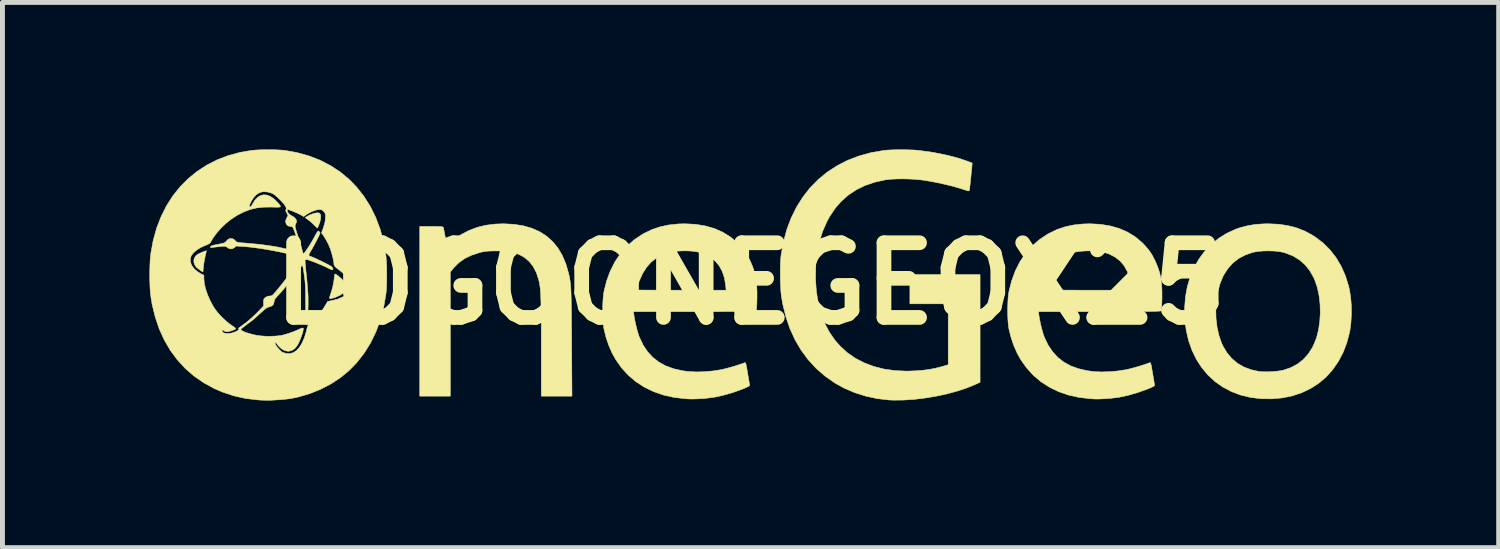
<source format=kicad_pcb>
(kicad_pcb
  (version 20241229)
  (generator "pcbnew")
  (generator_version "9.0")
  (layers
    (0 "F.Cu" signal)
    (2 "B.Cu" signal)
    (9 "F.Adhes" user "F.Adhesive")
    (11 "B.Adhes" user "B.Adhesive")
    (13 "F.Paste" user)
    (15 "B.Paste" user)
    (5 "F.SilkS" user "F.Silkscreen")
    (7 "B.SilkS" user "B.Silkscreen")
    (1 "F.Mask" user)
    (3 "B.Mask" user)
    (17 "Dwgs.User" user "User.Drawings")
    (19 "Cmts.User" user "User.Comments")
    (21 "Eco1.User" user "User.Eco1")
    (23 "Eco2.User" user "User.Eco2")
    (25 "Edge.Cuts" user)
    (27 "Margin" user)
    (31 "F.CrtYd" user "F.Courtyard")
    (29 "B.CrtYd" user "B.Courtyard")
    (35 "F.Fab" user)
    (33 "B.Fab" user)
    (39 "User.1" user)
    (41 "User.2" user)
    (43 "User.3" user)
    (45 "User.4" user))
  (footprint "LOGOONEGEOX25"
    (layer "F.Cu")
    (at 12.266 2.738)
    (property "Reference" "LOGOONEGEOX25" (at 0 0 0) (layer "F.SilkS") (effects (font (size 1.524 1.524) (thickness 0.3))))
    (attr through_hole)
    (fp_poly (pts (xy -8.804 -1.441) (xy -8.784 -1.423) (xy -8.778 -1.412) (xy -8.771 -1.372) (xy -8.775 -1.317) (xy -8.79 -1.254) (xy -8.813 -1.191) (xy -8.816 -1.185) (xy -8.84 -1.134) (xy -8.913 -1.204) (xy -8.957 -1.245) (xy -9.002 -1.283) (xy -9.037 -1.31) (xy -9.088 -1.345) (xy -9.057 -1.368) (xy -9.014 -1.394) (xy -8.957 -1.418) (xy -8.898 -1.437) (xy -8.848 -1.445) (xy -8.839 -1.446) (xy -8.804 -1.441)) (stroke (width 0.01) (type solid)) (fill yes) (layer "F.SilkS"))
    (fp_poly (pts (xy -11.107 -0.658) (xy -11.113 -0.625) (xy -11.124 -0.579) (xy -11.128 -0.563) (xy -11.143 -0.494) (xy -11.156 -0.416) (xy -11.165 -0.348) (xy -11.175 -0.238) (xy -11.235 -0.276) (xy -11.299 -0.325) (xy -11.339 -0.376) (xy -11.36 -0.433) (xy -11.36 -0.437) (xy -11.358 -0.499) (xy -11.333 -0.554) (xy -11.294 -0.592) (xy -11.268 -0.606) (xy -11.23 -0.624) (xy -11.188 -0.643) (xy -11.148 -0.659) (xy -11.118 -0.669) (xy -11.105 -0.671) (xy -11.107 -0.658)) (stroke (width 0.01) (type solid)) (fill yes) (layer "F.SilkS"))
    (fp_poly (pts (xy -8.46 -0.19) (xy -8.429 -0.168) (xy -8.391 -0.137) (xy -8.352 -0.103) (xy -8.319 -0.07) (xy -8.302 -0.049) (xy -8.265 0.018) (xy -8.254 0.08) (xy -8.269 0.137) (xy -8.31 0.189) (xy -8.376 0.236) (xy -8.466 0.276) (xy -8.526 0.296) (xy -8.569 0.304) (xy -8.592 0.301) (xy -8.595 0.294) (xy -8.591 0.277) (xy -8.58 0.242) (xy -8.565 0.197) (xy -8.563 0.191) (xy -8.529 0.077) (xy -8.505 -0.044) (xy -8.495 -0.123) (xy -8.49 -0.164) (xy -8.484 -0.191) (xy -8.48 -0.199) (xy -8.46 -0.19)) (stroke (width 0.01) (type solid)) (fill yes) (layer "F.SilkS"))
    (fp_poly (pts (xy -4.83 -1.211) (xy -4.637 -1.181) (xy -4.461 -1.13) (xy -4.302 -1.059) (xy -4.161 -0.968) (xy -4.037 -0.856) (xy -3.93 -0.725) (xy -3.841 -0.573) (xy -3.769 -0.402) (xy -3.714 -0.21) (xy -3.713 -0.206) (xy -3.703 -0.163) (xy -3.695 -0.123) (xy -3.688 -0.084) (xy -3.682 -0.043) (xy -3.676 0.002) (xy -3.672 0.052) (xy -3.668 0.109) (xy -3.665 0.176) (xy -3.662 0.254) (xy -3.66 0.346) (xy -3.658 0.453) (xy -3.656 0.577) (xy -3.655 0.721) (xy -3.654 0.886) (xy -3.652 1.075) (xy -3.652 1.197) (xy -3.645 2.295) (xy -4.271 2.295) (xy -4.271 1.303) (xy -4.271 1.094) (xy -4.271 0.91) (xy -4.272 0.748) (xy -4.273 0.607) (xy -4.275 0.485) (xy -4.278 0.38) (xy -4.281 0.289) (xy -4.284 0.211) (xy -4.289 0.145) (xy -4.294 0.087) (xy -4.301 0.037) (xy -4.308 -0.008) (xy -4.317 -0.05) (xy -4.326 -0.086) (xy -4.372 -0.226) (xy -4.435 -0.347) (xy -4.514 -0.449) (xy -4.608 -0.53) (xy -4.688 -0.577) (xy -4.761 -0.61) (xy -4.831 -0.634) (xy -4.903 -0.651) (xy -4.983 -0.661) (xy -5.078 -0.666) (xy -5.186 -0.668) (xy -5.273 -0.667) (xy -5.34 -0.665) (xy -5.394 -0.661) (xy -5.442 -0.654) (xy -5.49 -0.644) (xy -5.536 -0.632) (xy -5.695 -0.58) (xy -5.833 -0.513) (xy -5.952 -0.429) (xy -6.054 -0.328) (xy -6.076 -0.301) (xy -6.128 -0.236) (xy -6.128 2.295) (xy -6.751 2.295) (xy -6.751 -1.167) (xy -6.513 -1.167) (xy -6.428 -1.167) (xy -6.366 -1.166) (xy -6.322 -1.164) (xy -6.295 -1.161) (xy -6.279 -1.156) (xy -6.271 -1.149) (xy -6.269 -1.144) (xy -6.264 -1.122) (xy -6.256 -1.081) (xy -6.245 -1.025) (xy -6.233 -0.962) (xy -6.222 -0.9) (xy -6.212 -0.849) (xy -6.204 -0.813) (xy -6.2 -0.798) (xy -6.2 -0.798) (xy -6.189 -0.804) (xy -6.161 -0.823) (xy -6.12 -0.852) (xy -6.073 -0.888) (xy -5.913 -0.998) (xy -5.751 -1.084) (xy -5.583 -1.148) (xy -5.406 -1.192) (xy -5.215 -1.216) (xy -5.04 -1.222) (xy -4.83 -1.211)) (stroke (width 0.01) (type solid)) (fill yes) (layer "F.SilkS"))
    (fp_poly (pts (xy 10.771 -1.213) (xy 10.962 -1.185) (xy 11.14 -1.139) (xy 11.308 -1.073) (xy 11.47 -0.985) (xy 11.526 -0.949) (xy 11.684 -0.828) (xy 11.825 -0.687) (xy 11.948 -0.528) (xy 12.053 -0.351) (xy 12.137 -0.159) (xy 12.202 0.049) (xy 12.222 0.138) (xy 12.245 0.289) (xy 12.258 0.456) (xy 12.259 0.629) (xy 12.249 0.798) (xy 12.229 0.954) (xy 12.222 0.99) (xy 12.165 1.207) (xy 12.088 1.408) (xy 11.991 1.591) (xy 11.876 1.756) (xy 11.744 1.903) (xy 11.595 2.03) (xy 11.43 2.137) (xy 11.251 2.223) (xy 11.058 2.288) (xy 10.852 2.331) (xy 10.633 2.35) (xy 10.405 2.347) (xy 10.193 2.32) (xy 9.992 2.271) (xy 9.804 2.199) (xy 9.631 2.107) (xy 9.472 1.994) (xy 9.33 1.862) (xy 9.204 1.712) (xy 9.096 1.545) (xy 9.007 1.362) (xy 8.937 1.163) (xy 8.888 0.951) (xy 8.861 0.725) (xy 8.861 0.724) (xy 8.856 0.528) (xy 9.492 0.528) (xy 9.497 0.71) (xy 9.518 0.888) (xy 9.556 1.056) (xy 9.609 1.211) (xy 9.635 1.267) (xy 9.717 1.406) (xy 9.815 1.524) (xy 9.93 1.622) (xy 10.061 1.699) (xy 10.209 1.755) (xy 10.366 1.79) (xy 10.442 1.797) (xy 10.535 1.799) (xy 10.636 1.795) (xy 10.735 1.787) (xy 10.823 1.775) (xy 10.87 1.765) (xy 11.021 1.714) (xy 11.156 1.642) (xy 11.274 1.55) (xy 11.377 1.437) (xy 11.463 1.303) (xy 11.488 1.253) (xy 11.546 1.109) (xy 11.587 0.947) (xy 11.613 0.775) (xy 11.624 0.596) (xy 11.619 0.417) (xy 11.599 0.242) (xy 11.563 0.076) (xy 11.511 -0.076) (xy 11.488 -0.126) (xy 11.408 -0.267) (xy 11.312 -0.386) (xy 11.199 -0.485) (xy 11.07 -0.564) (xy 10.922 -0.623) (xy 10.87 -0.639) (xy 10.784 -0.655) (xy 10.681 -0.666) (xy 10.569 -0.669) (xy 10.457 -0.667) (xy 10.351 -0.658) (xy 10.262 -0.642) (xy 10.246 -0.639) (xy 10.093 -0.585) (xy 9.957 -0.513) (xy 9.839 -0.42) (xy 9.738 -0.307) (xy 9.652 -0.173) (xy 9.635 -0.139) (xy 9.575 0.009) (xy 9.531 0.173) (xy 9.503 0.347) (xy 9.492 0.528) (xy 8.856 0.528) (xy 8.856 0.493) (xy 8.873 0.271) (xy 8.911 0.059) (xy 8.971 -0.141) (xy 9.05 -0.329) (xy 9.148 -0.502) (xy 9.264 -0.66) (xy 9.398 -0.801) (xy 9.549 -0.924) (xy 9.716 -1.028) (xy 9.897 -1.111) (xy 9.994 -1.145) (xy 10.148 -1.184) (xy 10.31 -1.21) (xy 10.487 -1.221) (xy 10.564 -1.222) (xy 10.771 -1.213)) (stroke (width 0.01) (type solid)) (fill yes) (layer "F.SilkS"))
    (fp_poly (pts (xy 3.224 -2.731) (xy 3.326 -2.727) (xy 3.413 -2.721) (xy 3.429 -2.719) (xy 3.734 -2.677) (xy 4.027 -2.617) (xy 4.224 -2.565) (xy 4.277 -2.549) (xy 4.335 -2.529) (xy 4.395 -2.509) (xy 4.449 -2.489) (xy 4.492 -2.473) (xy 4.517 -2.462) (xy 4.52 -2.46) (xy 4.52 -2.447) (xy 4.517 -2.412) (xy 4.513 -2.36) (xy 4.507 -2.296) (xy 4.499 -2.224) (xy 4.492 -2.15) (xy 4.484 -2.077) (xy 4.477 -2.011) (xy 4.47 -1.957) (xy 4.465 -1.918) (xy 4.462 -1.9) (xy 4.453 -1.892) (xy 4.429 -1.895) (xy 4.401 -1.904) (xy 4.271 -1.946) (xy 4.123 -1.988) (xy 3.963 -2.027) (xy 3.799 -2.063) (xy 3.638 -2.093) (xy 3.488 -2.116) (xy 3.479 -2.117) (xy 3.366 -2.128) (xy 3.243 -2.135) (xy 3.117 -2.138) (xy 2.993 -2.137) (xy 2.879 -2.132) (xy 2.781 -2.123) (xy 2.745 -2.118) (xy 2.532 -2.07) (xy 2.335 -2.003) (xy 2.157 -1.916) (xy 1.995 -1.809) (xy 1.85 -1.681) (xy 1.721 -1.532) (xy 1.609 -1.363) (xy 1.56 -1.273) (xy 1.468 -1.066) (xy 1.399 -0.844) (xy 1.353 -0.609) (xy 1.329 -0.367) (xy 1.325 -0.099) (xy 1.341 0.152) (xy 1.377 0.387) (xy 1.433 0.604) (xy 1.51 0.806) (xy 1.608 0.991) (xy 1.725 1.159) (xy 1.827 1.275) (xy 1.974 1.409) (xy 2.138 1.523) (xy 2.319 1.616) (xy 2.514 1.69) (xy 2.724 1.743) (xy 2.948 1.774) (xy 3.184 1.785) (xy 3.376 1.778) (xy 3.524 1.766) (xy 3.654 1.748) (xy 3.774 1.725) (xy 3.892 1.695) (xy 3.916 1.688) (xy 4.032 1.654) (xy 4.032 0.411) (xy 3.25 0.411) (xy 3.25 -0.186) (xy 4.682 -0.186) (xy 4.682 2.012) (xy 4.579 2.059) (xy 4.406 2.13) (xy 4.211 2.194) (xy 4.002 2.25) (xy 3.783 2.297) (xy 3.56 2.334) (xy 3.337 2.361) (xy 3.122 2.375) (xy 2.918 2.377) (xy 2.819 2.373) (xy 2.584 2.346) (xy 2.351 2.296) (xy 2.125 2.224) (xy 1.909 2.132) (xy 1.718 2.026) (xy 1.518 1.886) (xy 1.337 1.728) (xy 1.174 1.551) (xy 1.03 1.356) (xy 0.906 1.145) (xy 0.802 0.917) (xy 0.719 0.674) (xy 0.656 0.416) (xy 0.628 0.258) (xy 0.619 0.173) (xy 0.612 0.068) (xy 0.607 -0.049) (xy 0.605 -0.172) (xy 0.605 -0.294) (xy 0.608 -0.409) (xy 0.614 -0.51) (xy 0.622 -0.584) (xy 0.67 -0.852) (xy 0.739 -1.106) (xy 0.829 -1.344) (xy 0.939 -1.566) (xy 1.068 -1.77) (xy 1.215 -1.958) (xy 1.381 -2.126) (xy 1.563 -2.276) (xy 1.763 -2.406) (xy 1.978 -2.516) (xy 2.209 -2.605) (xy 2.454 -2.673) (xy 2.714 -2.718) (xy 2.726 -2.719) (xy 2.8 -2.726) (xy 2.894 -2.73) (xy 3.001 -2.733) (xy 3.113 -2.733) (xy 3.224 -2.731)) (stroke (width 0.01) (type solid)) (fill yes) (layer "F.SilkS"))
    (fp_poly (pts (xy -1.124 -1.211) (xy -0.923 -1.178) (xy -0.738 -1.125) (xy -0.568 -1.05) (xy -0.414 -0.955) (xy -0.276 -0.839) (xy -0.243 -0.806) (xy -0.174 -0.729) (xy -0.119 -0.66) (xy -0.073 -0.589) (xy -0.029 -0.506) (xy -0.007 -0.46) (xy 0.044 -0.341) (xy 0.082 -0.225) (xy 0.108 -0.103) (xy 0.124 0.027) (xy 0.131 0.173) (xy 0.13 0.31) (xy 0.128 0.386) (xy 0.125 0.453) (xy 0.121 0.506) (xy 0.117 0.542) (xy 0.115 0.554) (xy 0.107 0.557) (xy 0.088 0.559) (xy 0.056 0.562) (xy 0.01 0.564) (xy -0.052 0.565) (xy -0.131 0.567) (xy -0.228 0.568) (xy -0.344 0.569) (xy -0.481 0.569) (xy -0.641 0.57) (xy -0.823 0.57) (xy -1.03 0.57) (xy -1.143 0.57) (xy -2.39 0.57) (xy -2.381 0.64) (xy -2.368 0.723) (xy -2.348 0.817) (xy -2.325 0.913) (xy -2.3 1.003) (xy -2.276 1.077) (xy -2.27 1.091) (xy -2.195 1.249) (xy -2.105 1.385) (xy -1.998 1.502) (xy -1.874 1.599) (xy -1.733 1.677) (xy -1.573 1.735) (xy -1.395 1.776) (xy -1.257 1.794) (xy -1.104 1.801) (xy -0.937 1.796) (xy -0.766 1.781) (xy -0.6 1.755) (xy -0.577 1.75) (xy -0.511 1.734) (xy -0.428 1.712) (xy -0.338 1.686) (xy -0.25 1.658) (xy -0.171 1.632) (xy -0.118 1.612) (xy -0.11 1.612) (xy -0.102 1.622) (xy -0.094 1.645) (xy -0.086 1.684) (xy -0.075 1.743) (xy -0.061 1.825) (xy -0.061 1.826) (xy -0.049 1.901) (xy -0.037 1.968) (xy -0.028 2.022) (xy -0.022 2.057) (xy -0.019 2.07) (xy -0.023 2.081) (xy -0.043 2.096) (xy -0.082 2.115) (xy -0.142 2.141) (xy -0.169 2.152) (xy -0.364 2.222) (xy -0.555 2.277) (xy -0.739 2.317) (xy -0.909 2.339) (xy -0.928 2.341) (xy -1.019 2.347) (xy -1.09 2.351) (xy -1.146 2.353) (xy -1.195 2.354) (xy -1.242 2.353) (xy -1.295 2.35) (xy -1.34 2.347) (xy -1.568 2.32) (xy -1.783 2.272) (xy -1.984 2.201) (xy -2.171 2.11) (xy -2.342 1.999) (xy -2.496 1.868) (xy -2.634 1.717) (xy -2.753 1.548) (xy -2.825 1.419) (xy -2.893 1.264) (xy -2.951 1.093) (xy -2.993 0.921) (xy -3.004 0.844) (xy -3.012 0.747) (xy -3.017 0.637) (xy -3.018 0.522) (xy -3.016 0.408) (xy -3.01 0.302) (xy -3.001 0.211) (xy -2.993 0.166) (xy -2.984 0.128) (xy -2.334 0.128) (xy -2.322 0.129) (xy -2.284 0.13) (xy -2.225 0.13) (xy -2.145 0.131) (xy -2.047 0.131) (xy -1.934 0.132) (xy -1.807 0.132) (xy -1.668 0.132) (xy -1.52 0.133) (xy -1.417 0.133) (xy -0.5 0.133) (xy -0.509 0.037) (xy -0.534 -0.115) (xy -0.578 -0.249) (xy -0.641 -0.364) (xy -0.724 -0.462) (xy -0.826 -0.542) (xy -0.948 -0.605) (xy -1.068 -0.644) (xy -1.143 -0.658) (xy -1.236 -0.667) (xy -1.338 -0.67) (xy -1.443 -0.667) (xy -1.543 -0.66) (xy -1.628 -0.647) (xy -1.66 -0.639) (xy -1.8 -0.591) (xy -1.923 -0.524) (xy -2.031 -0.439) (xy -2.124 -0.333) (xy -2.204 -0.206) (xy -2.272 -0.056) (xy -2.297 0.012) (xy -2.313 0.063) (xy -2.326 0.102) (xy -2.334 0.125) (xy -2.334 0.128) (xy -2.984 0.128) (xy -2.939 -0.054) (xy -2.864 -0.257) (xy -2.77 -0.444) (xy -2.657 -0.612) (xy -2.526 -0.763) (xy -2.376 -0.895) (xy -2.209 -1.007) (xy -2.173 -1.027) (xy -2.013 -1.104) (xy -1.847 -1.16) (xy -1.671 -1.198) (xy -1.481 -1.218) (xy -1.34 -1.222) (xy -1.124 -1.211)) (stroke (width 0.01) (type solid)) (fill yes) (layer "F.SilkS"))
    (fp_poly (pts (xy 7.139 -1.211) (xy 7.34 -1.178) (xy 7.525 -1.125) (xy 7.695 -1.05) (xy 7.849 -0.955) (xy 7.987 -0.839) (xy 8.02 -0.806) (xy 8.089 -0.729) (xy 8.144 -0.66) (xy 8.19 -0.589) (xy 8.234 -0.506) (xy 8.257 -0.46) (xy 8.307 -0.341) (xy 8.345 -0.225) (xy 8.372 -0.103) (xy 8.388 0.027) (xy 8.394 0.173) (xy 8.394 0.31) (xy 8.391 0.386) (xy 8.388 0.453) (xy 8.384 0.506) (xy 8.381 0.542) (xy 8.378 0.554) (xy 8.371 0.557) (xy 8.352 0.559) (xy 8.319 0.562) (xy 8.273 0.564) (xy 8.211 0.565) (xy 8.132 0.567) (xy 8.035 0.568) (xy 7.919 0.569) (xy 7.782 0.569) (xy 7.623 0.57) (xy 7.44 0.57) (xy 7.233 0.57) (xy 7.121 0.57) (xy 5.873 0.57) (xy 5.882 0.64) (xy 5.896 0.723) (xy 5.915 0.817) (xy 5.938 0.913) (xy 5.963 1.003) (xy 5.988 1.077) (xy 5.993 1.091) (xy 6.068 1.249) (xy 6.159 1.385) (xy 6.265 1.502) (xy 6.389 1.599) (xy 6.53 1.677) (xy 6.69 1.735) (xy 6.868 1.776) (xy 7.007 1.794) (xy 7.159 1.801) (xy 7.326 1.796) (xy 7.497 1.781) (xy 7.663 1.755) (xy 7.686 1.75) (xy 7.753 1.734) (xy 7.835 1.712) (xy 7.925 1.686) (xy 8.014 1.658) (xy 8.093 1.632) (xy 8.145 1.612) (xy 8.153 1.612) (xy 8.161 1.622) (xy 8.169 1.645) (xy 8.178 1.684) (xy 8.188 1.743) (xy 8.202 1.825) (xy 8.202 1.826) (xy 8.215 1.901) (xy 8.226 1.968) (xy 8.235 2.022) (xy 8.242 2.057) (xy 8.244 2.07) (xy 8.24 2.081) (xy 8.22 2.096) (xy 8.182 2.115) (xy 8.122 2.141) (xy 8.094 2.152) (xy 7.899 2.222) (xy 7.708 2.277) (xy 7.524 2.317) (xy 7.354 2.339) (xy 7.335 2.341) (xy 7.244 2.347) (xy 7.174 2.351) (xy 7.117 2.353) (xy 7.068 2.354) (xy 7.021 2.353) (xy 6.969 2.35) (xy 6.924 2.347) (xy 6.696 2.32) (xy 6.481 2.272) (xy 6.279 2.201) (xy 6.093 2.11) (xy 5.921 1.999) (xy 5.767 1.868) (xy 5.63 1.717) (xy 5.51 1.548) (xy 5.439 1.419) (xy 5.37 1.264) (xy 5.313 1.093) (xy 5.27 0.921) (xy 5.259 0.844) (xy 5.251 0.747) (xy 5.246 0.637) (xy 5.245 0.522) (xy 5.248 0.408) (xy 5.253 0.302) (xy 5.263 0.211) (xy 5.27 0.166) (xy 5.279 0.128) (xy 5.929 0.128) (xy 5.942 0.129) (xy 5.979 0.13) (xy 6.039 0.13) (xy 6.118 0.131) (xy 6.216 0.131) (xy 6.329 0.132) (xy 6.457 0.132) (xy 6.596 0.132) (xy 6.744 0.133) (xy 6.846 0.133) (xy 7.763 0.133) (xy 7.754 0.037) (xy 7.73 -0.115) (xy 7.686 -0.249) (xy 7.623 -0.364) (xy 7.54 -0.462) (xy 7.437 -0.542) (xy 7.315 -0.605) (xy 7.196 -0.644) (xy 7.121 -0.658) (xy 7.028 -0.667) (xy 6.925 -0.67) (xy 6.82 -0.667) (xy 6.721 -0.66) (xy 6.635 -0.647) (xy 6.603 -0.639) (xy 6.463 -0.591) (xy 6.34 -0.524) (xy 6.232 -0.439) (xy 6.139 -0.333) (xy 6.059 -0.206) (xy 5.991 -0.056) (xy 5.967 0.012) (xy 5.95 0.063) (xy 5.937 0.102) (xy 5.93 0.125) (xy 5.929 0.128) (xy 5.279 0.128) (xy 5.325 -0.054) (xy 5.399 -0.257) (xy 5.493 -0.444) (xy 5.606 -0.612) (xy 5.737 -0.763) (xy 5.887 -0.895) (xy 6.054 -1.007) (xy 6.09 -1.027) (xy 6.25 -1.104) (xy 6.416 -1.16) (xy 6.592 -1.198) (xy 6.782 -1.218) (xy 6.924 -1.222) (xy 7.139 -1.211)) (stroke (width 0.01) (type solid)) (fill yes) (layer "F.SilkS"))
    (fp_poly (pts (xy -9.694 -2.732) (xy -9.6 -2.727) (xy -9.523 -2.721) (xy -9.509 -2.72) (xy -9.254 -2.674) (xy -9.012 -2.607) (xy -8.783 -2.518) (xy -8.569 -2.407) (xy -8.371 -2.277) (xy -8.189 -2.126) (xy -8.041 -1.973) (xy -7.89 -1.782) (xy -7.759 -1.574) (xy -7.649 -1.351) (xy -7.559 -1.111) (xy -7.491 -0.858) (xy -7.444 -0.591) (xy -7.439 -0.55) (xy -7.433 -0.475) (xy -7.428 -0.381) (xy -7.425 -0.275) (xy -7.425 -0.162) (xy -7.426 -0.051) (xy -7.429 0.052) (xy -7.434 0.142) (xy -7.44 0.206) (xy -7.487 0.479) (xy -7.554 0.737) (xy -7.643 0.978) (xy -7.752 1.204) (xy -7.883 1.415) (xy -8.035 1.61) (xy -8.043 1.619) (xy -8.199 1.778) (xy -8.374 1.921) (xy -8.567 2.047) (xy -8.774 2.155) (xy -8.993 2.243) (xy -9.22 2.31) (xy -9.325 2.333) (xy -9.38 2.343) (xy -9.434 2.351) (xy -9.491 2.358) (xy -9.557 2.364) (xy -9.637 2.37) (xy -9.735 2.376) (xy -9.795 2.379) (xy -9.841 2.38) (xy -9.904 2.379) (xy -9.976 2.377) (xy -10.043 2.373) (xy -10.297 2.344) (xy -10.544 2.289) (xy -10.783 2.21) (xy -10.95 2.137) (xy -11.165 2.019) (xy -11.361 1.882) (xy -11.54 1.726) (xy -11.7 1.551) (xy -11.842 1.359) (xy -11.964 1.149) (xy -12.067 0.923) (xy -12.149 0.68) (xy -12.212 0.423) (xy -12.237 0.271) (xy -12.249 0.171) (xy -12.256 0.052) (xy -12.26 -0.079) (xy -12.261 -0.216) (xy -12.258 -0.351) (xy -12.252 -0.477) (xy -12.25 -0.504) (xy -11.434 -0.504) (xy -11.429 -0.436) (xy -11.402 -0.368) (xy -11.354 -0.304) (xy -11.287 -0.245) (xy -11.221 -0.205) (xy -11.155 -0.172) (xy -11.155 -0.096) (xy -11.146 0.001) (xy -11.12 0.111) (xy -11.08 0.228) (xy -11.027 0.347) (xy -10.965 0.463) (xy -10.928 0.519) (xy -10.866 0.601) (xy -10.787 0.686) (xy -10.701 0.766) (xy -10.617 0.833) (xy -10.594 0.848) (xy -10.553 0.877) (xy -10.521 0.9) (xy -10.506 0.914) (xy -10.505 0.916) (xy -10.516 0.928) (xy -10.546 0.943) (xy -10.586 0.959) (xy -10.629 0.972) (xy -10.667 0.98) (xy -10.682 0.982) (xy -10.719 0.976) (xy -10.747 0.963) (xy -10.748 0.962) (xy -10.771 0.944) (xy -10.782 0.948) (xy -10.783 0.961) (xy -10.772 0.99) (xy -10.74 1.009) (xy -10.694 1.018) (xy -10.637 1.016) (xy -10.575 1.004) (xy -10.511 0.981) (xy -10.5 0.975) (xy -10.458 0.951) (xy -10.439 0.935) (xy -10.44 0.933) (xy -10.4 0.933) (xy -10.398 0.943) (xy -10.387 0.954) (xy -10.384 0.956) (xy -10.348 0.976) (xy -10.292 0.998) (xy -10.222 1.02) (xy -10.143 1.04) (xy -10.076 1.055) (xy -9.989 1.066) (xy -9.886 1.073) (xy -9.778 1.073) (xy -9.675 1.068) (xy -9.586 1.058) (xy -9.573 1.056) (xy -9.508 1.04) (xy -9.428 1.015) (xy -9.344 0.986) (xy -9.266 0.955) (xy -9.203 0.926) (xy -9.198 0.923) (xy -9.156 0.905) (xy -9.132 0.906) (xy -9.125 0.92) (xy -9.131 0.956) (xy -9.145 1.009) (xy -9.165 1.071) (xy -9.189 1.135) (xy -9.215 1.195) (xy -9.238 1.242) (xy -9.24 1.246) (xy -9.291 1.314) (xy -9.347 1.357) (xy -9.411 1.377) (xy -9.441 1.379) (xy -9.502 1.367) (xy -9.565 1.334) (xy -9.624 1.283) (xy -9.674 1.218) (xy -9.678 1.212) (xy -9.693 1.195) (xy -9.702 1.199) (xy -9.702 1.221) (xy -9.697 1.238) (xy -9.677 1.272) (xy -9.645 1.314) (xy -9.607 1.355) (xy -9.571 1.387) (xy -9.558 1.396) (xy -9.48 1.424) (xy -9.401 1.427) (xy -9.331 1.408) (xy -9.266 1.364) (xy -9.205 1.297) (xy -9.151 1.208) (xy -9.104 1.099) (xy -9.066 0.973) (xy -9.061 0.952) (xy -9.048 0.897) (xy -9.035 0.859) (xy -9.019 0.829) (xy -8.993 0.8) (xy -8.954 0.763) (xy -8.944 0.753) (xy -8.872 0.686) (xy -8.817 0.631) (xy -8.773 0.583) (xy -8.737 0.536) (xy -8.704 0.486) (xy -8.689 0.461) (xy -8.63 0.362) (xy -8.546 0.346) (xy -8.431 0.317) (xy -8.334 0.277) (xy -8.257 0.226) (xy -8.202 0.166) (xy -8.189 0.144) (xy -8.173 0.088) (xy -8.173 0.022) (xy -8.19 -0.043) (xy -8.197 -0.059) (xy -8.234 -0.123) (xy -8.284 -0.183) (xy -8.351 -0.244) (xy -8.403 -0.285) (xy -8.45 -0.321) (xy -8.479 -0.348) (xy -8.495 -0.369) (xy -8.501 -0.389) (xy -8.502 -0.403) (xy -8.506 -0.443) (xy -8.517 -0.501) (xy -8.534 -0.569) (xy -8.553 -0.64) (xy -8.575 -0.707) (xy -8.583 -0.73) (xy -8.618 -0.81) (xy -8.662 -0.894) (xy -8.709 -0.971) (xy -8.724 -0.993) (xy -8.757 -1.037) (xy -8.72 -1.132) (xy -8.685 -1.255) (xy -8.677 -1.327) (xy -8.675 -1.379) (xy -8.677 -1.413) (xy -8.684 -1.437) (xy -8.699 -1.46) (xy -8.707 -1.469) (xy -8.734 -1.497) (xy -8.762 -1.509) (xy -8.803 -1.512) (xy -8.805 -1.512) (xy -8.854 -1.505) (xy -8.916 -1.485) (xy -8.982 -1.457) (xy -9.044 -1.423) (xy -9.086 -1.394) (xy -9.119 -1.368) (xy -9.186 -1.407) (xy -9.227 -1.428) (xy -9.278 -1.451) (xy -9.332 -1.474) (xy -9.383 -1.494) (xy -9.423 -1.508) (xy -9.444 -1.512) (xy -9.456 -1.502) (xy -9.454 -1.479) (xy -9.438 -1.447) (xy -9.43 -1.436) (xy -9.4 -1.408) (xy -9.36 -1.382) (xy -9.351 -1.378) (xy -9.308 -1.35) (xy -9.278 -1.314) (xy -9.265 -1.284) (xy -9.265 -1.26) (xy -9.278 -1.228) (xy -9.279 -1.227) (xy -9.288 -1.207) (xy -9.293 -1.19) (xy -9.294 -1.17) (xy -9.29 -1.144) (xy -9.281 -1.108) (xy -9.265 -1.056) (xy -9.242 -0.986) (xy -9.227 -0.942) (xy -9.203 -0.869) (xy -9.182 -0.799) (xy -9.164 -0.737) (xy -9.153 -0.691) (xy -9.152 -0.686) (xy -9.141 -0.642) (xy -9.129 -0.617) (xy -9.122 -0.614) (xy -9.105 -0.628) (xy -9.079 -0.661) (xy -9.045 -0.71) (xy -9.007 -0.77) (xy -8.965 -0.837) (xy -8.925 -0.908) (xy -8.9 -0.952) (xy -8.869 -1.01) (xy -8.847 -1.047) (xy -8.832 -1.067) (xy -8.821 -1.074) (xy -8.811 -1.07) (xy -8.803 -1.063) (xy -8.79 -1.048) (xy -8.786 -1.033) (xy -8.793 -1.01) (xy -8.811 -0.972) (xy -8.813 -0.967) (xy -8.837 -0.92) (xy -8.859 -0.876) (xy -8.87 -0.856) (xy -8.89 -0.817) (xy -8.914 -0.773) (xy -8.919 -0.763) (xy -8.944 -0.718) (xy -8.974 -0.668) (xy -8.984 -0.652) (xy -9.008 -0.606) (xy -9.012 -0.575) (xy -8.997 -0.559) (xy -8.983 -0.557) (xy -8.964 -0.551) (xy -8.926 -0.536) (xy -8.872 -0.512) (xy -8.808 -0.482) (xy -8.746 -0.452) (xy -8.668 -0.413) (xy -8.611 -0.383) (xy -8.571 -0.36) (xy -8.546 -0.343) (xy -8.532 -0.328) (xy -8.526 -0.314) (xy -8.525 -0.313) (xy -8.523 -0.291) (xy -8.529 -0.282) (xy -8.547 -0.284) (xy -8.582 -0.299) (xy -8.622 -0.318) (xy -8.677 -0.345) (xy -8.743 -0.375) (xy -8.813 -0.404) (xy -8.883 -0.433) (xy -8.947 -0.457) (xy -9.001 -0.477) (xy -9.039 -0.488) (xy -9.053 -0.491) (xy -9.08 -0.487) (xy -9.09 -0.481) (xy -9.091 -0.465) (xy -9.089 -0.427) (xy -9.084 -0.372) (xy -9.078 -0.303) (xy -9.07 -0.225) (xy -9.06 -0.133) (xy -9.051 -0.036) (xy -9.043 0.057) (xy -9.037 0.138) (xy -9.034 0.179) (xy -9.03 0.251) (xy -9.029 0.329) (xy -9.029 0.409) (xy -9.03 0.487) (xy -9.033 0.558) (xy -9.036 0.617) (xy -9.041 0.66) (xy -9.046 0.683) (xy -9.048 0.684) (xy -9.054 0.7) (xy -9.058 0.734) (xy -9.059 0.763) (xy -9.061 0.804) (xy -9.065 0.832) (xy -9.069 0.84) (xy -9.072 0.829) (xy -9.074 0.795) (xy -9.076 0.74) (xy -9.077 0.668) (xy -9.079 0.582) (xy -9.079 0.485) (xy -9.079 0.44) (xy -9.08 0.307) (xy -9.081 0.196) (xy -9.083 0.104) (xy -9.087 0.025) (xy -9.092 -0.043) (xy -9.099 -0.107) (xy -9.103 -0.139) (xy -9.115 -0.224) (xy -9.124 -0.286) (xy -9.132 -0.329) (xy -9.139 -0.355) (xy -9.145 -0.368) (xy -9.151 -0.371) (xy -9.163 -0.361) (xy -9.185 -0.333) (xy -9.214 -0.293) (xy -9.236 -0.262) (xy -9.28 -0.2) (xy -9.332 -0.13) (xy -9.383 -0.065) (xy -9.398 -0.046) (xy -9.442 0.006) (xy -9.485 0.058) (xy -9.521 0.103) (xy -9.535 0.119) (xy -9.57 0.161) (xy -9.614 0.21) (xy -9.653 0.251) (xy -9.691 0.294) (xy -9.713 0.326) (xy -9.722 0.354) (xy -9.722 0.366) (xy -9.734 0.417) (xy -9.767 0.453) (xy -9.82 0.474) (xy -9.823 0.474) (xy -9.85 0.482) (xy -9.879 0.497) (xy -9.914 0.523) (xy -9.96 0.563) (xy -10.009 0.607) (xy -10.061 0.655) (xy -10.11 0.699) (xy -10.151 0.735) (xy -10.179 0.757) (xy -10.182 0.759) (xy -10.212 0.781) (xy -10.255 0.813) (xy -10.303 0.85) (xy -10.318 0.862) (xy -10.363 0.896) (xy -10.389 0.919) (xy -10.4 0.933) (xy -10.44 0.933) (xy -10.442 0.926) (xy -10.448 0.921) (xy -10.451 0.917) (xy -10.447 0.91) (xy -10.433 0.897) (xy -10.407 0.877) (xy -10.365 0.846) (xy -10.304 0.802) (xy -10.303 0.801) (xy -10.254 0.762) (xy -10.194 0.71) (xy -10.131 0.652) (xy -10.072 0.594) (xy -10.069 0.591) (xy -9.937 0.455) (xy -9.939 0.386) (xy -9.938 0.342) (xy -9.931 0.314) (xy -9.913 0.292) (xy -9.904 0.284) (xy -9.855 0.257) (xy -9.815 0.252) (xy -9.791 0.251) (xy -9.771 0.244) (xy -9.749 0.229) (xy -9.723 0.201) (xy -9.685 0.158) (xy -9.672 0.143) (xy -9.606 0.062) (xy -9.538 -0.023) (xy -9.471 -0.11) (xy -9.405 -0.195) (xy -9.345 -0.276) (xy -9.29 -0.35) (xy -9.245 -0.415) (xy -9.209 -0.467) (xy -9.187 -0.504) (xy -9.178 -0.524) (xy -9.178 -0.524) (xy -9.191 -0.536) (xy -9.227 -0.552) (xy -9.283 -0.571) (xy -9.356 -0.591) (xy -9.444 -0.612) (xy -9.542 -0.634) (xy -9.649 -0.656) (xy -9.761 -0.677) (xy -9.874 -0.697) (xy -9.987 -0.716) (xy -10.096 -0.731) (xy -10.198 -0.744) (xy -10.289 -0.753) (xy -10.312 -0.755) (xy -10.496 -0.768) (xy -10.536 -0.734) (xy -10.583 -0.71) (xy -10.631 -0.711) (xy -10.679 -0.738) (xy -10.683 -0.742) (xy -10.698 -0.754) (xy -10.715 -0.76) (xy -10.741 -0.763) (xy -10.782 -0.761) (xy -10.842 -0.755) (xy -10.901 -0.749) (xy -10.952 -0.743) (xy -10.988 -0.737) (xy -10.999 -0.735) (xy -11.018 -0.734) (xy -11.02 -0.751) (xy -11.013 -0.763) (xy -10.994 -0.773) (xy -10.96 -0.784) (xy -10.905 -0.796) (xy -10.872 -0.802) (xy -10.808 -0.815) (xy -10.764 -0.825) (xy -10.735 -0.836) (xy -10.714 -0.85) (xy -10.696 -0.868) (xy -10.691 -0.875) (xy -10.661 -0.905) (xy -10.632 -0.918) (xy -10.604 -0.921) (xy -10.563 -0.915) (xy -10.531 -0.893) (xy -10.519 -0.88) (xy -10.506 -0.866) (xy -10.493 -0.855) (xy -10.474 -0.847) (xy -10.447 -0.841) (xy -10.407 -0.836) (xy -10.349 -0.831) (xy -10.27 -0.825) (xy -10.267 -0.824) (xy -10.053 -0.805) (xy -9.856 -0.781) (xy -9.666 -0.75) (xy -9.474 -0.709) (xy -9.327 -0.674) (xy -9.265 -0.659) (xy -9.224 -0.655) (xy -9.202 -0.663) (xy -9.195 -0.684) (xy -9.2 -0.722) (xy -9.205 -0.745) (xy -9.218 -0.791) (xy -9.235 -0.85) (xy -9.255 -0.915) (xy -9.277 -0.982) (xy -9.298 -1.044) (xy -9.317 -1.097) (xy -9.332 -1.134) (xy -9.341 -1.151) (xy -9.364 -1.164) (xy -9.387 -1.167) (xy -9.436 -1.177) (xy -9.47 -1.209) (xy -9.482 -1.235) (xy -9.489 -1.266) (xy -9.485 -1.295) (xy -9.468 -1.335) (xy -9.468 -1.335) (xy -9.439 -1.393) (xy -9.467 -1.444) (xy -9.485 -1.483) (xy -9.484 -1.506) (xy -9.482 -1.508) (xy -9.473 -1.534) (xy -9.486 -1.572) (xy -9.52 -1.622) (xy -9.576 -1.686) (xy -9.595 -1.705) (xy -9.656 -1.764) (xy -9.705 -1.807) (xy -9.75 -1.836) (xy -9.795 -1.855) (xy -9.846 -1.868) (xy -9.862 -1.871) (xy -9.944 -1.877) (xy -10.016 -1.86) (xy -10.083 -1.818) (xy -10.1 -1.803) (xy -10.134 -1.765) (xy -10.168 -1.716) (xy -10.198 -1.665) (xy -10.219 -1.618) (xy -10.226 -1.585) (xy -10.22 -1.566) (xy -10.205 -1.568) (xy -10.186 -1.586) (xy -10.166 -1.62) (xy -10.165 -1.621) (xy -10.118 -1.701) (xy -10.055 -1.764) (xy -10.01 -1.793) (xy -9.943 -1.813) (xy -9.871 -1.808) (xy -9.796 -1.779) (xy -9.721 -1.726) (xy -9.663 -1.669) (xy -9.625 -1.627) (xy -9.601 -1.597) (xy -9.592 -1.577) (xy -9.601 -1.565) (xy -9.629 -1.561) (xy -9.68 -1.56) (xy -9.755 -1.562) (xy -9.774 -1.563) (xy -9.933 -1.561) (xy -10.075 -1.546) (xy -10.207 -1.515) (xy -10.335 -1.467) (xy -10.467 -1.401) (xy -10.508 -1.376) (xy -10.612 -1.306) (xy -10.715 -1.222) (xy -10.812 -1.128) (xy -10.898 -1.03) (xy -10.968 -0.934) (xy -11.006 -0.868) (xy -11.022 -0.841) (xy -11.04 -0.822) (xy -11.067 -0.804) (xy -11.11 -0.786) (xy -11.146 -0.772) (xy -11.231 -0.732) (xy -11.307 -0.683) (xy -11.369 -0.629) (xy -11.411 -0.574) (xy -11.414 -0.569) (xy -11.434 -0.504) (xy -12.25 -0.504) (xy -12.242 -0.587) (xy -12.238 -0.62) (xy -12.19 -0.884) (xy -12.12 -1.134) (xy -12.029 -1.369) (xy -11.919 -1.588) (xy -11.79 -1.791) (xy -11.642 -1.976) (xy -11.476 -2.143) (xy -11.294 -2.291) (xy -11.096 -2.42) (xy -10.883 -2.528) (xy -10.655 -2.615) (xy -10.414 -2.68) (xy -10.18 -2.719) (xy -10.105 -2.726) (xy -10.012 -2.731) (xy -9.907 -2.733) (xy -9.799 -2.733) (xy -9.694 -2.732)) (stroke (width 0.01) (type solid)) (fill yes) (layer "F.SilkS")))
  (gr_rect
    (start -3 -3)
    (end 27.53 8.124)
    (stroke (width 0.1) (type default))
    (fill no)
    (layer "Edge.Cuts")))
</source>
